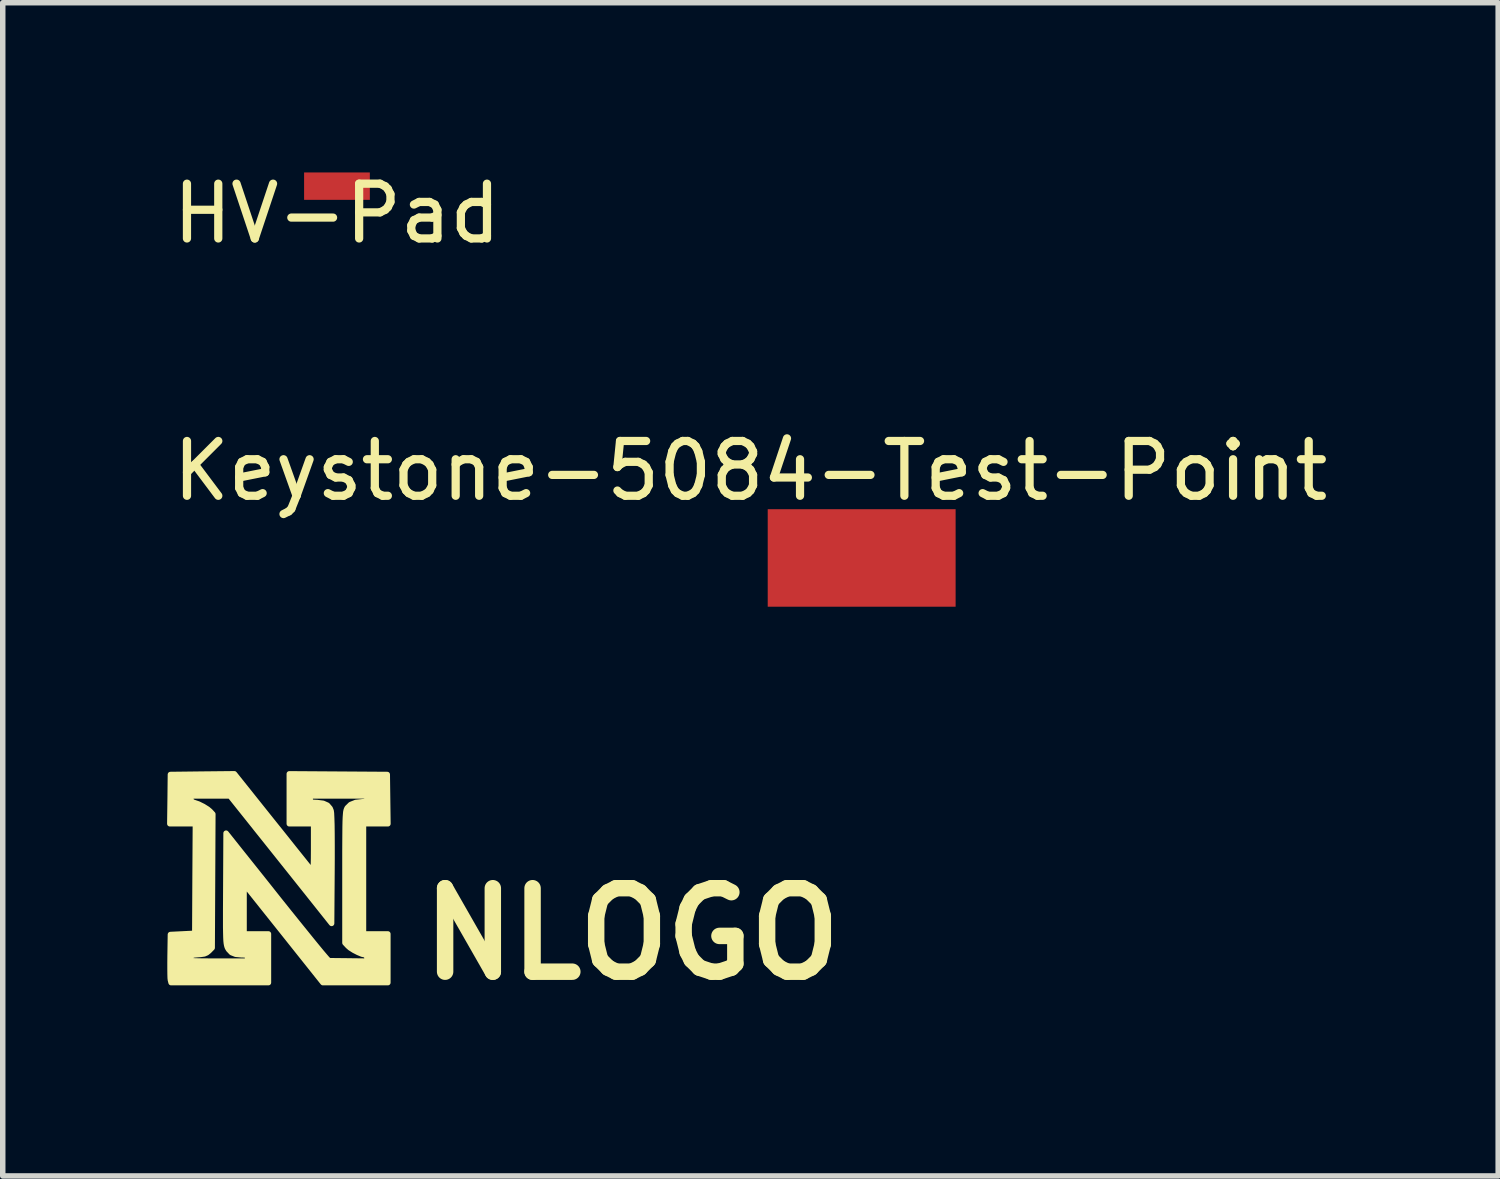
<source format=kicad_pcb>
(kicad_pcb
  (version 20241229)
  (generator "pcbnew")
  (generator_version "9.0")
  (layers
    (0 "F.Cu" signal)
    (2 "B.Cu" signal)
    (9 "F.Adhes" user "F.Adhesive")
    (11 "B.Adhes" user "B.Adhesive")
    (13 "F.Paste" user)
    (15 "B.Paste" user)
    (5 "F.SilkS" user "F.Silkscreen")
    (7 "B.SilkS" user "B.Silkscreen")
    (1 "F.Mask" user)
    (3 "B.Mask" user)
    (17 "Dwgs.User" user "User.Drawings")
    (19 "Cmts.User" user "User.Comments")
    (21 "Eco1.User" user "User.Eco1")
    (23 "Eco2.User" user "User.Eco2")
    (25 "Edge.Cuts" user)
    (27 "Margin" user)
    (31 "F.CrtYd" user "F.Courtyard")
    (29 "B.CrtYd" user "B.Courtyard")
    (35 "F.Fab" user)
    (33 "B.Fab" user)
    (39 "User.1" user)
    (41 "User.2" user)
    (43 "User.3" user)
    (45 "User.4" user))
  (footprint "NLOGO"
    (layer "F.Cu")
    (at 1.374 12.982)
    (property "Reference" "NLOGO" (at 7.112 1.016 0) (layer "F.SilkS") (effects (font (size 1.524 1.524) (thickness 0.3))))
    (attr through_hole)
    (fp_poly (pts (xy 2.657 -0.995) (xy 2.434 -0.995) (xy 2.275 -0.995) (xy 2.275 -1.45) (xy 2.275 -1.503) (xy 1.756 -1.503) (xy 1.238 -1.503) (xy 1.238 -1.445) (xy 1.24 -1.412) (xy 1.254 -1.394) (xy 1.289 -1.386) (xy 1.356 -1.382) (xy 1.364 -1.382) (xy 1.475 -1.368) (xy 1.552 -1.334) (xy 1.602 -1.276) (xy 1.62 -1.231) (xy 1.626 -1.187) (xy 1.63 -1.102) (xy 1.634 -0.976) (xy 1.636 -0.81) (xy 1.637 -0.604) (xy 1.637 -0.36) (xy 1.636 -0.165) (xy 1.629 0.824) (xy 1.154 0.227) (xy 1.016 0.054) (xy 0.863 -0.138) (xy 0.701 -0.341) (xy 0.54 -0.543) (xy 0.387 -0.735) (xy 0.25 -0.906) (xy 0.226 -0.937) (xy -0.226 -1.503) (xy -0.584 -1.503) (xy -0.942 -1.503) (xy -0.942 -1.45) (xy -0.931 -1.407) (xy -0.889 -1.385) (xy -0.884 -1.384) (xy -0.802 -1.356) (xy -0.713 -1.312) (xy -0.633 -1.262) (xy -0.587 -1.223) (xy -0.539 -1.171) (xy -0.545 0.049) (xy -0.551 1.269) (xy -0.608 1.327) (xy -0.649 1.36) (xy -0.695 1.38) (xy -0.763 1.39) (xy -0.804 1.393) (xy -0.879 1.399) (xy -0.92 1.408) (xy -0.938 1.423) (xy -0.942 1.448) (xy -0.942 1.449) (xy -0.939 1.49) (xy -0.934 1.505) (xy -0.911 1.507) (xy -0.852 1.509) (xy -0.762 1.511) (xy -0.648 1.512) (xy -0.515 1.513) (xy -0.415 1.513) (xy 0.095 1.513) (xy 0.095 1.455) (xy 0.092 1.421) (xy 0.077 1.404) (xy 0.039 1.398) (xy -0.016 1.397) (xy -0.122 1.387) (xy -0.198 1.357) (xy -0.252 1.3) (xy -0.271 1.268) (xy -0.279 1.247) (xy -0.286 1.222) (xy -0.292 1.189) (xy -0.297 1.143) (xy -0.3 1.081) (xy -0.302 0.999) (xy -0.304 0.893) (xy -0.304 0.76) (xy -0.304 0.595) (xy -0.303 0.396) (xy -0.302 0.184) (xy -0.297 -0.823) (xy -0.033 -0.491) (xy 0.224 -0.169) (xy 0.455 0.121) (xy 0.661 0.381) (xy 0.844 0.61) (xy 1.005 0.81) (xy 1.144 0.982) (xy 1.262 1.128) (xy 1.36 1.248) (xy 1.439 1.344) (xy 1.5 1.416) (xy 1.543 1.466) (xy 1.571 1.495) (xy 1.582 1.504) (xy 1.611 1.505) (xy 1.675 1.506) (xy 1.765 1.507) (xy 1.874 1.508) (xy 1.942 1.509) (xy 2.275 1.513) (xy 2.275 1.455) (xy 2.266 1.41) (xy 2.238 1.397) (xy 2.185 1.385) (xy 2.113 1.355) (xy 2.035 1.315) (xy 1.966 1.271) (xy 1.926 1.236) (xy 1.873 1.179) (xy 1.873 -0.019) (xy 1.873 -0.275) (xy 1.873 -0.492) (xy 1.874 -0.673) (xy 1.875 -0.823) (xy 1.876 -0.943) (xy 1.878 -1.039) (xy 1.881 -1.113) (xy 1.885 -1.169) (xy 1.889 -1.21) (xy 1.895 -1.239) (xy 1.902 -1.26) (xy 1.91 -1.277) (xy 1.914 -1.285) (xy 1.976 -1.346) (xy 2.072 -1.384) (xy 2.196 -1.397) (xy 2.248 -1.4) (xy 2.27 -1.416) (xy 2.275 -1.45) (xy 2.275 -0.995) (xy 2.211 -0.995) (xy 2.211 0.011) (xy 2.211 1.016) (xy 2.434 1.016) (xy 2.656 1.016) (xy 2.656 1.46) (xy 2.656 1.905) (xy 2.063 1.905) (xy 1.47 1.905) (xy 0.751 1.002) (xy 0.031 0.099) (xy 0.031 0.558) (xy 0.031 1.016) (xy 0.254 1.016) (xy 0.476 1.016) (xy 0.476 1.46) (xy 0.476 1.905) (xy -0.413 1.905) (xy -1.301 1.905) (xy -1.313 1.857) (xy -1.317 1.822) (xy -1.319 1.751) (xy -1.32 1.654) (xy -1.32 1.537) (xy -1.319 1.418) (xy -1.313 1.027) (xy -1.091 1.016) (xy -0.868 1.005) (xy -0.863 0.005) (xy -0.857 -0.995) (xy -1.091 -0.995) (xy -1.324 -0.995) (xy -1.318 -1.445) (xy -1.313 -1.894) (xy -0.729 -1.901) (xy -0.146 -1.907) (xy 0.551 -1.034) (xy 0.685 -0.867) (xy 0.812 -0.708) (xy 0.928 -0.562) (xy 1.032 -0.432) (xy 1.121 -0.321) (xy 1.192 -0.232) (xy 1.242 -0.169) (xy 1.27 -0.134) (xy 1.274 -0.128) (xy 1.283 -0.125) (xy 1.29 -0.143) (xy 1.294 -0.186) (xy 1.298 -0.259) (xy 1.3 -0.365) (xy 1.301 -0.509) (xy 1.301 -0.545) (xy 1.301 -0.995) (xy 1.079 -0.995) (xy 0.857 -0.995) (xy 0.857 -1.451) (xy 0.857 -1.906) (xy 1.751 -1.9) (xy 2.645 -1.894) (xy 2.651 -1.445) (xy 2.657 -0.995)) (stroke (width 0.1) (type solid)) (fill yes) (layer "F.SilkS")))
  (footprint "HV-Pad"
    (layer "F.Cu")
    (at 3.101 0.348)
    (property "Reference" "HV-Pad" (at 0 0.5 0) (layer "F.SilkS") (effects (font (size 1 1) (thickness 0.15))))
    (attr through_hole)
    (pad "1" smd rect (at 0 0) (size 1.2 0.5) (layers "F.Cu" "F.Mask")))
  (footprint "Keystone-5084-Test-Point"
    (layer "F.Cu")
    (at 12.679 7.135)
    (property "Reference" "Keystone-5084-Test-Point" (at -2.03 -1.59 0) (layer "F.SilkS") (effects (font (size 1 1) (thickness 0.15))))
    (attr through_hole)
    (pad "1" smd rect (at 0 0) (size 3.43 1.78) (layers "F.Cu" "F.Mask" "F.Paste")))
  (gr_rect
    (start -3 -3)
    (end 24.298 18.416)
    (stroke (width 0.1) (type default))
    (fill no)
    (layer "Edge.Cuts")))
</source>
